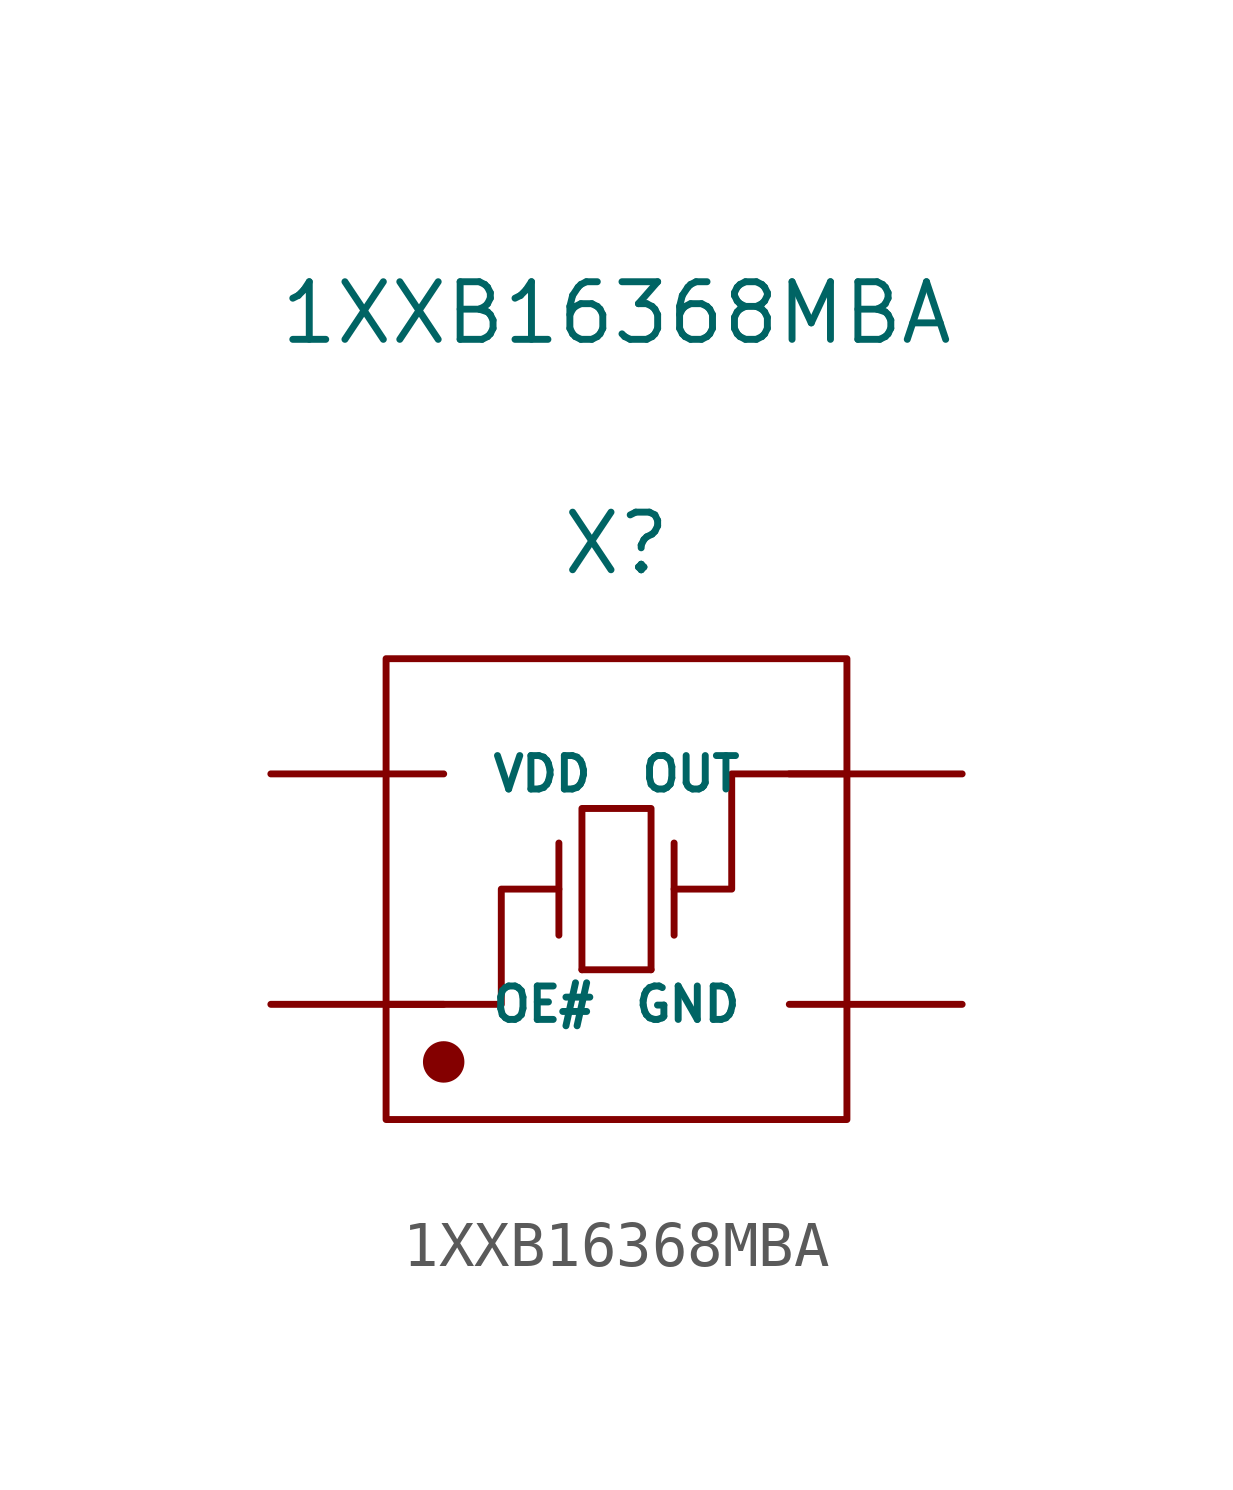
<source format=kicad_sym>
(kicad_symbol_lib
  (version 20220914)
  (generator kicad_symbol_editor)
  (symbol "1XXB16368MBA"
    (pin_numbers hide)
    (pin_names
      (offset 1.016))
    (property "Reference" "X"
      (at 0 7.62 0)
      (effects (font (size 1.27 1.27))))
    (property "Value" "1XXB16368MBA"
      (at 0 12.7 0)
      (effects (font (size 1.27 1.27))))
    (symbol "1XXB16368MBA_1_1"
      (rectangle (start -5.08 5.08) (end 5.08 -5.08) (stroke (width 0.152) (type solid)) (fill (type none)))
      (circle (center -3.81 -3.81) (radius 0.381) (stroke (width 0.152) (type solid)) (fill (type outline)))
      (polyline (pts (xy -1.27 -1.016) (xy -1.27 1.016)) (stroke (width 0.152) (type solid)) (fill (type none)))
      (polyline (pts (xy 0.762 -1.778) (xy -0.762 -1.778)) (stroke (width 0.152) (type solid)) (fill (type none)))
      (polyline (pts (xy 1.27 -1.016) (xy 1.27 1.016)) (stroke (width 0.152) (type solid)) (fill (type none)))
      (polyline (pts (xy -5.08 -2.54) (xy -2.54 -2.54) (xy -2.54 0) (xy -1.27 0)) (stroke (width 0.152) (type solid)) (fill (type none)))
      (polyline (pts (xy -0.762 -1.778) (xy -0.762 1.778) (xy 0.762 1.778) (xy 0.762 -1.778)) (stroke (width 0.152) (type solid)) (fill (type none)))
      (polyline (pts (xy 5.08 2.54) (xy 2.54 2.54) (xy 2.54 0) (xy 1.27 0)) (stroke (width 0.152) (type solid)) (fill (type none)))
      (pin input line (at -7.62 -2.54 0) (length 3.81) (name "OE#" (effects (font (size 0.737 0.737)))) (number "1" (effects (font (size 0.737 0.737)))))
      (pin input line (at 7.62 -2.54 180) (length 3.81) (name "GND" (effects (font (size 0.737 0.737)))) (number "2" (effects (font (size 0.737 0.737)))))
      (pin input line (at 7.62 2.54 180) (length 3.81) (name "OUT" (effects (font (size 0.737 0.737)))) (number "3" (effects (font (size 0.737 0.737)))))
      (pin input line (at -7.62 2.54 0) (length 3.81) (name "VDD" (effects (font (size 0.737 0.737)))) (number "4" (effects (font (size 0.737 0.737))))))))
</source>
